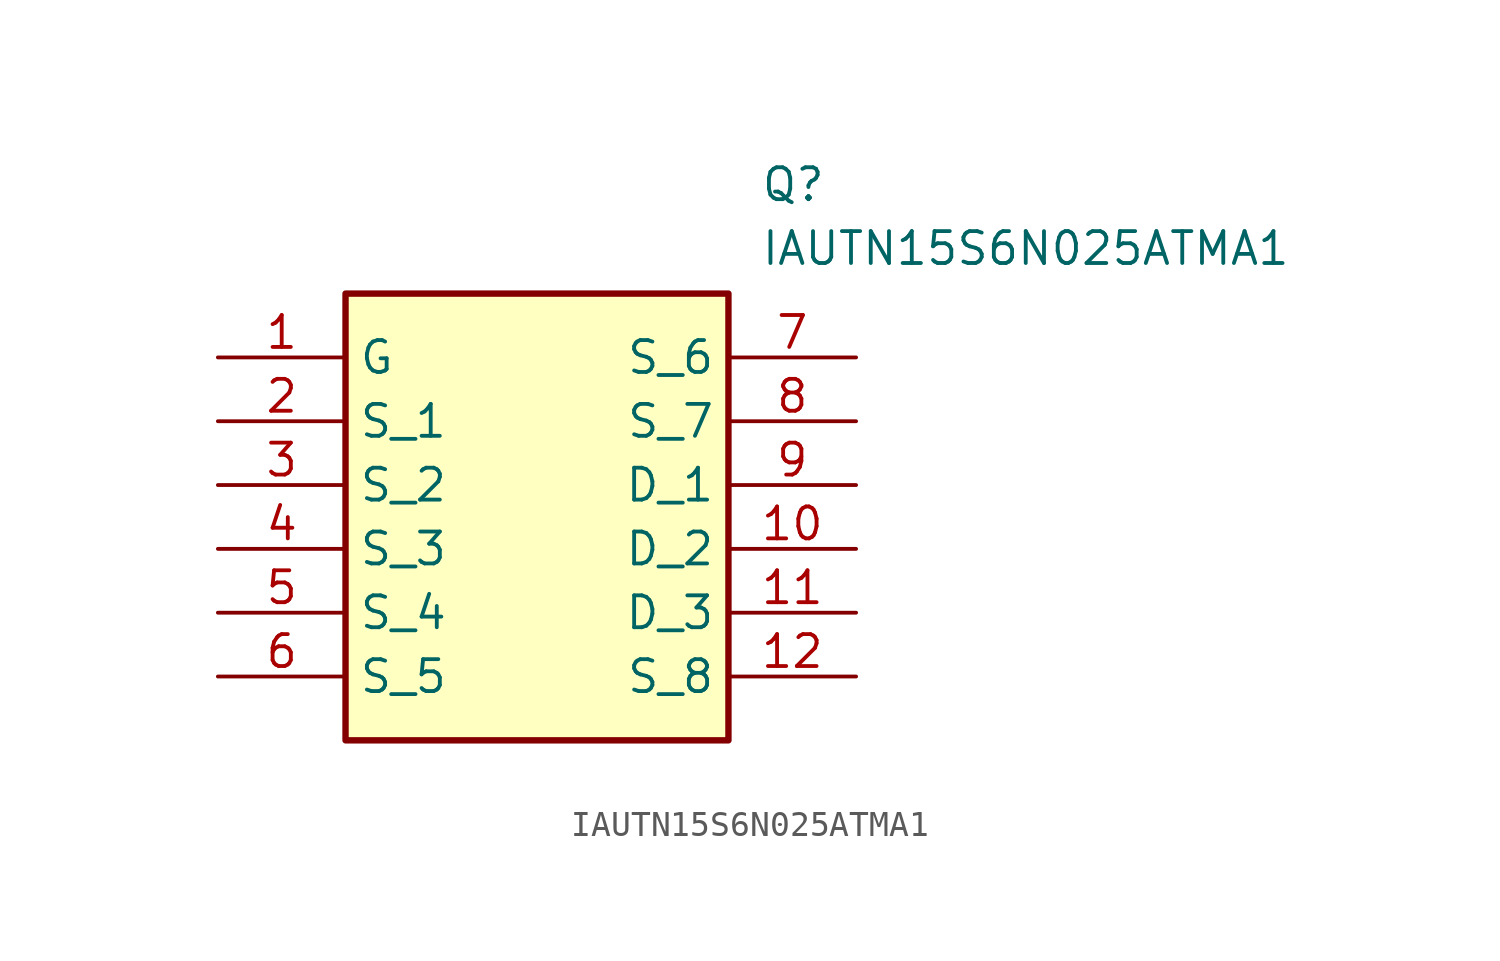
<source format=kicad_sym>
(kicad_symbol_lib
  (version 20211014)
  (generator SamacSys_ECAD_Model)
  (symbol "IAUTN15S6N025ATMA1"
    (property "Reference" "Q"
      (at 21.59 7.62 0)
      (effects (font (size 1.27 1.27)) (justify left top)))
    (property "Value" "IAUTN15S6N025ATMA1"
      (at 21.59 5.08 0)
      (effects (font (size 1.27 1.27)) (justify left top)))
    (rectangle
      (start 5.08 2.54)
      (end 20.32 -15.24)
      (stroke (width 0.254) (type default))
      (fill (type background)))
    (pin passive line
      (at 0 0 0)
      (length 5.08)
      (name "G" (effects (font (size 1.27 1.27))))
      (number "1" (effects (font (size 1.27 1.27)))))
    (pin passive line
      (at 0 -2.54 0)
      (length 5.08)
      (name "S_1" (effects (font (size 1.27 1.27))))
      (number "2" (effects (font (size 1.27 1.27)))))
    (pin passive line
      (at 0 -5.08 0)
      (length 5.08)
      (name "S_2" (effects (font (size 1.27 1.27))))
      (number "3" (effects (font (size 1.27 1.27)))))
    (pin passive line
      (at 0 -7.62 0)
      (length 5.08)
      (name "S_3" (effects (font (size 1.27 1.27))))
      (number "4" (effects (font (size 1.27 1.27)))))
    (pin passive line
      (at 0 -10.16 0)
      (length 5.08)
      (name "S_4" (effects (font (size 1.27 1.27))))
      (number "5" (effects (font (size 1.27 1.27)))))
    (pin passive line
      (at 0 -12.7 0)
      (length 5.08)
      (name "S_5" (effects (font (size 1.27 1.27))))
      (number "6" (effects (font (size 1.27 1.27)))))
    (pin passive line
      (at 25.4 0 180)
      (length 5.08)
      (name "S_6" (effects (font (size 1.27 1.27))))
      (number "7" (effects (font (size 1.27 1.27)))))
    (pin passive line
      (at 25.4 -2.54 180)
      (length 5.08)
      (name "S_7" (effects (font (size 1.27 1.27))))
      (number "8" (effects (font (size 1.27 1.27)))))
    (pin passive line
      (at 25.4 -5.08 180)
      (length 5.08)
      (name "D_1" (effects (font (size 1.27 1.27))))
      (number "9" (effects (font (size 1.27 1.27)))))
    (pin passive line
      (at 25.4 -7.62 180)
      (length 5.08)
      (name "D_2" (effects (font (size 1.27 1.27))))
      (number "10" (effects (font (size 1.27 1.27)))))
    (pin passive line
      (at 25.4 -10.16 180)
      (length 5.08)
      (name "D_3" (effects (font (size 1.27 1.27))))
      (number "11" (effects (font (size 1.27 1.27)))))
    (pin passive line
      (at 25.4 -12.7 180)
      (length 5.08)
      (name "S_8" (effects (font (size 1.27 1.27))))
      (number "12" (effects (font (size 1.27 1.27)))))))
</source>
